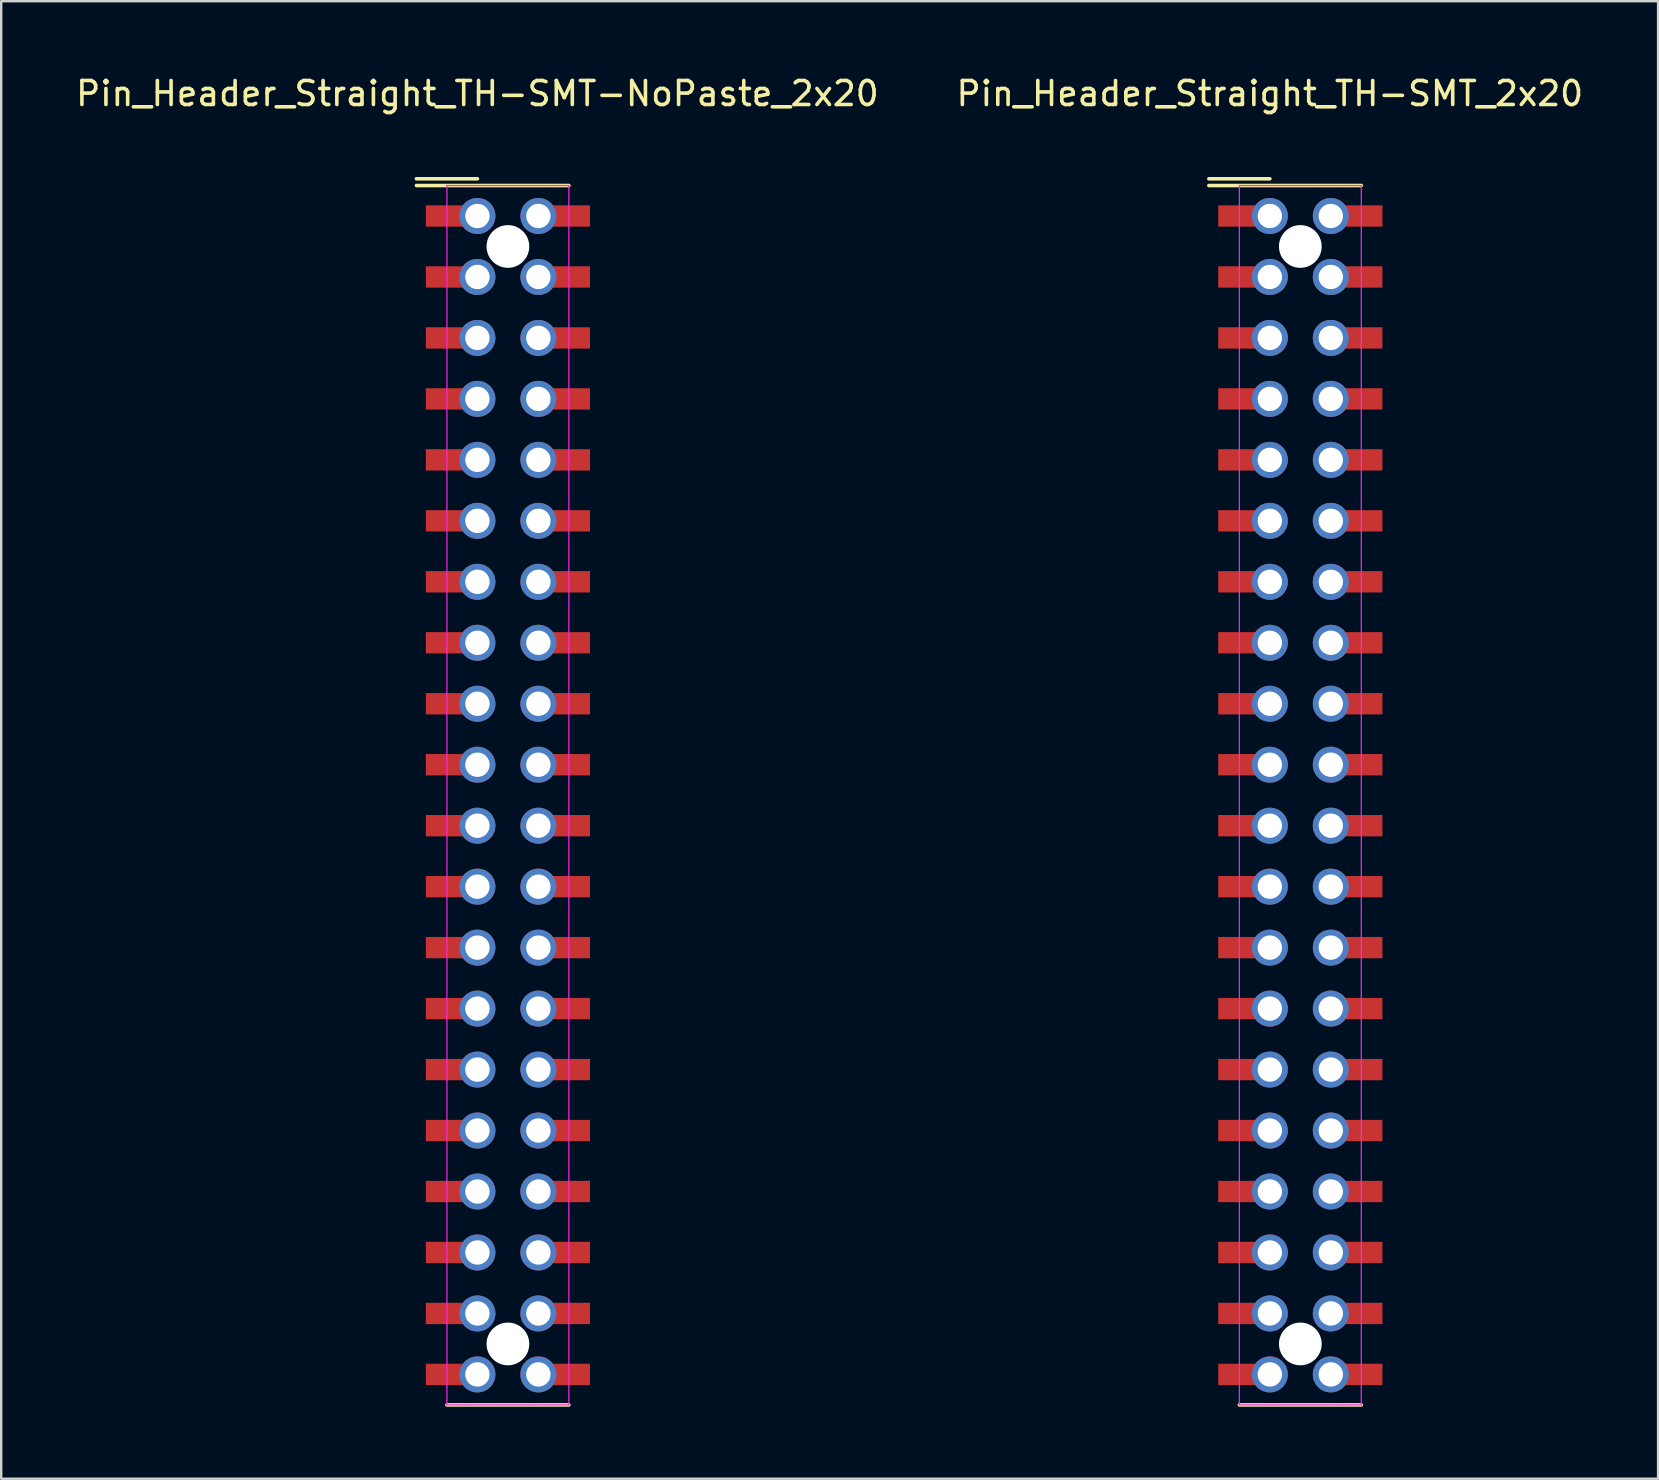
<source format=kicad_pcb>
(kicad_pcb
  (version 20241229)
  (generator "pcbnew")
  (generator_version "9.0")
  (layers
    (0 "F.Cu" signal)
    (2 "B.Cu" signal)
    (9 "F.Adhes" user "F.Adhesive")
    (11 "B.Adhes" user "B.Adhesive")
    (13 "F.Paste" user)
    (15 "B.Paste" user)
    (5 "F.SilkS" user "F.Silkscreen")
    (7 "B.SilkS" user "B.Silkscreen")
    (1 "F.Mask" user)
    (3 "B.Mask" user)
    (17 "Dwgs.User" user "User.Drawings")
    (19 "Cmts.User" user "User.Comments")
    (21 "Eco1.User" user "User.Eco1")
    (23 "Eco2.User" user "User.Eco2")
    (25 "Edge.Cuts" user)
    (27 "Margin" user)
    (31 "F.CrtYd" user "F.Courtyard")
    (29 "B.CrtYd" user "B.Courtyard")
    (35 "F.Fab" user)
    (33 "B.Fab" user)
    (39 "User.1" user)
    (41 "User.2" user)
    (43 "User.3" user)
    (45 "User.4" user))
  (footprint "Pin_Header_Straight_TH-SMT-NoPaste_2x20"
    (layer "F.Cu")
    (at 16.839 5.948)
    (property "Reference" "Pin_Header_Straight_TH-SMT-NoPaste_2x20" (at 0 -5.1 0) (layer "F.SilkS") (effects (font (size 1 1) (thickness 0.15))))
    (attr through_hole)
    (fp_line (start 0 -1.55) (end -2.54 -1.55) (stroke (width 0.15) (type solid)) (layer "F.SilkS"))
    (fp_line (start 3.81 -1.27) (end -2.54 -1.27) (stroke (width 0.15) (type solid)) (layer "F.SilkS"))
    (fp_line (start 3.81 49.53) (end -1.27 49.53) (stroke (width 0.15) (type solid)) (layer "F.SilkS"))
    (fp_line (start -1.27 -1.27) (end -1.27 49.53) (stroke (width 0.05) (type solid)) (layer "F.CrtYd"))
    (fp_line (start -1.27 -1.27) (end 3.81 -1.27) (stroke (width 0.05) (type solid)) (layer "F.CrtYd"))
    (fp_line (start -1.27 49.53) (end 3.81 49.53) (stroke (width 0.05) (type solid)) (layer "F.CrtYd"))
    (fp_line (start 3.81 -1.27) (end 3.81 49.53) (stroke (width 0.05) (type solid)) (layer "F.CrtYd"))
    (pad "" np_thru_hole circle (at 1.27 1.27) (size 1.78 1.78) (drill 1.78) (layers "*.Cu"))
    (pad "" np_thru_hole circle (at 1.27 46.99) (size 1.78 1.78) (drill 1.78) (layers "*.Cu"))
    (pad "1" smd rect (at -1.31 0) (size 1.68 0.889) (layers "F.Cu" "F.Mask"))
    (pad "1" thru_hole circle (at 0 0) (size 1.5 1.5) (drill 1.016) (layers "*.Cu" "*.Mask"))
    (pad "2" thru_hole circle (at 2.54 0) (size 1.5 1.5) (drill 1.016) (layers "*.Cu" "*.Mask"))
    (pad "2" smd rect (at 3.85 0) (size 1.68 0.889) (layers "F.Cu" "F.Mask"))
    (pad "3" smd rect (at -1.31 2.54) (size 1.68 0.889) (layers "F.Cu" "F.Mask"))
    (pad "3" thru_hole circle (at 0 2.54) (size 1.5 1.5) (drill 1.016) (layers "*.Cu" "*.Mask"))
    (pad "4" thru_hole circle (at 2.54 2.54) (size 1.5 1.5) (drill 1.016) (layers "*.Cu" "*.Mask"))
    (pad "4" smd rect (at 3.85 2.54) (size 1.68 0.889) (layers "F.Cu" "F.Mask"))
    (pad "5" smd rect (at -1.31 5.08) (size 1.68 0.889) (layers "F.Cu" "F.Mask"))
    (pad "5" thru_hole circle (at 0 5.08) (size 1.5 1.5) (drill 1.016) (layers "*.Cu" "*.Mask"))
    (pad "6" thru_hole circle (at 2.54 5.08) (size 1.5 1.5) (drill 1.016) (layers "*.Cu" "*.Mask"))
    (pad "6" smd rect (at 3.85 5.08) (size 1.68 0.889) (layers "F.Cu" "F.Mask"))
    (pad "7" smd rect (at -1.31 7.62) (size 1.68 0.889) (layers "F.Cu" "F.Mask"))
    (pad "7" thru_hole circle (at 0 7.62) (size 1.5 1.5) (drill 1.016) (layers "*.Cu" "*.Mask"))
    (pad "8" thru_hole circle (at 2.54 7.62) (size 1.5 1.5) (drill 1.016) (layers "*.Cu" "*.Mask"))
    (pad "8" smd rect (at 3.85 7.62) (size 1.68 0.889) (layers "F.Cu" "F.Mask"))
    (pad "9" smd rect (at -1.31 10.16) (size 1.68 0.889) (layers "F.Cu" "F.Mask"))
    (pad "9" thru_hole circle (at 0 10.16) (size 1.5 1.5) (drill 1.016) (layers "*.Cu" "*.Mask"))
    (pad "10" thru_hole circle (at 2.54 10.16) (size 1.5 1.5) (drill 1.016) (layers "*.Cu" "*.Mask"))
    (pad "10" smd rect (at 3.85 10.16) (size 1.68 0.889) (layers "F.Cu" "F.Mask"))
    (pad "11" smd rect (at -1.31 12.7) (size 1.68 0.889) (layers "F.Cu" "F.Mask"))
    (pad "11" thru_hole circle (at 0 12.7) (size 1.5 1.5) (drill 1.016) (layers "*.Cu" "*.Mask"))
    (pad "12" thru_hole circle (at 2.54 12.7) (size 1.5 1.5) (drill 1.016) (layers "*.Cu" "*.Mask"))
    (pad "12" smd rect (at 3.85 12.7) (size 1.68 0.889) (layers "F.Cu" "F.Mask"))
    (pad "13" smd rect (at -1.31 15.24) (size 1.68 0.889) (layers "F.Cu" "F.Mask"))
    (pad "13" thru_hole circle (at 0 15.24) (size 1.5 1.5) (drill 1.016) (layers "*.Cu" "*.Mask"))
    (pad "14" thru_hole circle (at 2.54 15.24) (size 1.5 1.5) (drill 1.016) (layers "*.Cu" "*.Mask"))
    (pad "14" smd rect (at 3.85 15.24) (size 1.68 0.889) (layers "F.Cu" "F.Mask"))
    (pad "15" smd rect (at -1.31 17.78) (size 1.68 0.889) (layers "F.Cu" "F.Mask"))
    (pad "15" thru_hole circle (at 0 17.78) (size 1.5 1.5) (drill 1.016) (layers "*.Cu" "*.Mask"))
    (pad "16" thru_hole circle (at 2.54 17.78) (size 1.5 1.5) (drill 1.016) (layers "*.Cu" "*.Mask"))
    (pad "16" smd rect (at 3.85 17.78) (size 1.68 0.889) (layers "F.Cu" "F.Mask"))
    (pad "17" smd rect (at -1.31 20.32) (size 1.68 0.889) (layers "F.Cu" "F.Mask"))
    (pad "17" thru_hole circle (at 0 20.32) (size 1.5 1.5) (drill 1.016) (layers "*.Cu" "*.Mask"))
    (pad "18" thru_hole circle (at 2.54 20.32) (size 1.5 1.5) (drill 1.016) (layers "*.Cu" "*.Mask"))
    (pad "18" smd rect (at 3.85 20.32) (size 1.68 0.889) (layers "F.Cu" "F.Mask"))
    (pad "19" smd rect (at -1.31 22.86) (size 1.68 0.889) (layers "F.Cu" "F.Mask"))
    (pad "19" thru_hole circle (at 0 22.86) (size 1.5 1.5) (drill 1.016) (layers "*.Cu" "*.Mask"))
    (pad "20" thru_hole circle (at 2.54 22.86) (size 1.5 1.5) (drill 1.016) (layers "*.Cu" "*.Mask"))
    (pad "20" smd rect (at 3.85 22.86) (size 1.68 0.889) (layers "F.Cu" "F.Mask"))
    (pad "21" smd rect (at -1.31 25.4) (size 1.68 0.889) (layers "F.Cu" "F.Mask"))
    (pad "21" thru_hole circle (at 0 25.4) (size 1.5 1.5) (drill 1.016) (layers "*.Cu" "*.Mask"))
    (pad "22" thru_hole circle (at 2.54 25.4) (size 1.5 1.5) (drill 1.016) (layers "*.Cu" "*.Mask"))
    (pad "22" smd rect (at 3.85 25.4) (size 1.68 0.889) (layers "F.Cu" "F.Mask"))
    (pad "23" smd rect (at -1.31 27.94) (size 1.68 0.889) (layers "F.Cu" "F.Mask"))
    (pad "23" thru_hole circle (at 0 27.94) (size 1.5 1.5) (drill 1.016) (layers "*.Cu" "*.Mask"))
    (pad "24" thru_hole circle (at 2.54 27.94) (size 1.5 1.5) (drill 1.016) (layers "*.Cu" "*.Mask"))
    (pad "24" smd rect (at 3.85 27.94) (size 1.68 0.889) (layers "F.Cu" "F.Mask"))
    (pad "25" smd rect (at -1.31 30.48) (size 1.68 0.889) (layers "F.Cu" "F.Mask"))
    (pad "25" thru_hole circle (at 0 30.48) (size 1.5 1.5) (drill 1.016) (layers "*.Cu" "*.Mask"))
    (pad "26" thru_hole circle (at 2.54 30.48) (size 1.5 1.5) (drill 1.016) (layers "*.Cu" "*.Mask"))
    (pad "26" smd rect (at 3.85 30.48) (size 1.68 0.889) (layers "F.Cu" "F.Mask"))
    (pad "27" smd rect (at -1.31 33.02) (size 1.68 0.889) (layers "F.Cu" "F.Mask"))
    (pad "27" thru_hole circle (at 0 33.02) (size 1.5 1.5) (drill 1.016) (layers "*.Cu" "*.Mask"))
    (pad "28" thru_hole circle (at 2.54 33.02) (size 1.5 1.5) (drill 1.016) (layers "*.Cu" "*.Mask"))
    (pad "28" smd rect (at 3.85 33.02) (size 1.68 0.889) (layers "F.Cu" "F.Mask"))
    (pad "29" smd rect (at -1.31 35.56) (size 1.68 0.889) (layers "F.Cu" "F.Mask"))
    (pad "29" thru_hole circle (at 0 35.56) (size 1.5 1.5) (drill 1.016) (layers "*.Cu" "*.Mask"))
    (pad "30" thru_hole circle (at 2.54 35.56) (size 1.5 1.5) (drill 1.016) (layers "*.Cu" "*.Mask"))
    (pad "30" smd rect (at 3.85 35.56) (size 1.68 0.889) (layers "F.Cu" "F.Mask"))
    (pad "31" smd rect (at -1.31 38.1) (size 1.68 0.889) (layers "F.Cu" "F.Mask"))
    (pad "31" thru_hole circle (at 0 38.1) (size 1.5 1.5) (drill 1.016) (layers "*.Cu" "*.Mask"))
    (pad "32" thru_hole circle (at 2.54 38.1) (size 1.5 1.5) (drill 1.016) (layers "*.Cu" "*.Mask"))
    (pad "32" smd rect (at 3.85 38.1) (size 1.68 0.889) (layers "F.Cu" "F.Mask"))
    (pad "33" smd rect (at -1.31 40.64) (size 1.68 0.889) (layers "F.Cu" "F.Mask"))
    (pad "33" thru_hole circle (at 0 40.64) (size 1.5 1.5) (drill 1.016) (layers "*.Cu" "*.Mask"))
    (pad "34" thru_hole circle (at 2.54 40.64) (size 1.5 1.5) (drill 1.016) (layers "*.Cu" "*.Mask"))
    (pad "34" smd rect (at 3.85 40.64) (size 1.68 0.889) (layers "F.Cu" "F.Mask"))
    (pad "35" smd rect (at -1.31 43.18) (size 1.68 0.889) (layers "F.Cu" "F.Mask"))
    (pad "35" thru_hole circle (at 0 43.18) (size 1.5 1.5) (drill 1.016) (layers "*.Cu" "*.Mask"))
    (pad "36" thru_hole circle (at 2.54 43.18) (size 1.5 1.5) (drill 1.016) (layers "*.Cu" "*.Mask"))
    (pad "36" smd rect (at 3.85 43.18) (size 1.68 0.889) (layers "F.Cu" "F.Mask"))
    (pad "37" smd rect (at -1.31 45.72) (size 1.68 0.889) (layers "F.Cu" "F.Mask"))
    (pad "37" thru_hole circle (at 0 45.72) (size 1.5 1.5) (drill 1.016) (layers "*.Cu" "*.Mask"))
    (pad "38" thru_hole circle (at 2.54 45.72) (size 1.5 1.5) (drill 1.016) (layers "*.Cu" "*.Mask"))
    (pad "38" smd rect (at 3.85 45.72) (size 1.68 0.889) (layers "F.Cu" "F.Mask"))
    (pad "39" smd rect (at -1.31 48.26) (size 1.68 0.889) (layers "F.Cu" "F.Mask"))
    (pad "39" thru_hole circle (at 0 48.26) (size 1.5 1.5) (drill 1.016) (layers "*.Cu" "*.Mask"))
    (pad "40" thru_hole circle (at 2.54 48.26) (size 1.5 1.5) (drill 1.016) (layers "*.Cu" "*.Mask"))
    (pad "40" smd rect (at 3.85 48.26) (size 1.68 0.889) (layers "F.Cu" "F.Mask")))
  (footprint "Pin_Header_Straight_TH-SMT_2x20"
    (layer "F.Cu")
    (at 49.851 5.948)
    (property "Reference" "Pin_Header_Straight_TH-SMT_2x20" (at 0 -5.1 0) (layer "F.SilkS") (effects (font (size 1 1) (thickness 0.15))))
    (attr smd)
    (fp_line (start 0 -1.55) (end -2.54 -1.55) (stroke (width 0.15) (type solid)) (layer "F.SilkS"))
    (fp_line (start 3.81 -1.27) (end -2.54 -1.27) (stroke (width 0.15) (type solid)) (layer "F.SilkS"))
    (fp_line (start 3.81 49.53) (end -1.27 49.53) (stroke (width 0.15) (type solid)) (layer "F.SilkS"))
    (fp_line (start -1.27 -1.27) (end -1.27 49.53) (stroke (width 0.05) (type solid)) (layer "F.CrtYd"))
    (fp_line (start -1.27 -1.27) (end 3.81 -1.27) (stroke (width 0.05) (type solid)) (layer "F.CrtYd"))
    (fp_line (start -1.27 49.53) (end 3.81 49.53) (stroke (width 0.05) (type solid)) (layer "F.CrtYd"))
    (fp_line (start 3.81 -1.27) (end 3.81 49.53) (stroke (width 0.05) (type solid)) (layer "F.CrtYd"))
    (pad "" np_thru_hole circle (at 1.27 1.27) (size 1.78 1.78) (drill 1.78) (layers "*.Cu"))
    (pad "" np_thru_hole circle (at 1.27 46.99) (size 1.78 1.78) (drill 1.78) (layers "*.Cu"))
    (pad "1" smd rect (at -1.31 0) (size 1.68 0.889) (layers "F.Cu" "F.Mask" "F.Paste"))
    (pad "1" thru_hole circle (at 0 0) (size 1.5 1.5) (drill 1.016) (layers "*.Cu" "*.Mask"))
    (pad "2" thru_hole circle (at 2.54 0) (size 1.5 1.5) (drill 1.016) (layers "*.Cu" "*.Mask"))
    (pad "2" smd rect (at 3.85 0) (size 1.68 0.889) (layers "F.Cu" "F.Mask" "F.Paste"))
    (pad "3" smd rect (at -1.31 2.54) (size 1.68 0.889) (layers "F.Cu" "F.Mask" "F.Paste"))
    (pad "3" thru_hole circle (at 0 2.54) (size 1.5 1.5) (drill 1.016) (layers "*.Cu" "*.Mask"))
    (pad "4" thru_hole circle (at 2.54 2.54) (size 1.5 1.5) (drill 1.016) (layers "*.Cu" "*.Mask"))
    (pad "4" smd rect (at 3.85 2.54) (size 1.68 0.889) (layers "F.Cu" "F.Mask" "F.Paste"))
    (pad "5" smd rect (at -1.31 5.08) (size 1.68 0.889) (layers "F.Cu" "F.Mask" "F.Paste"))
    (pad "5" thru_hole circle (at 0 5.08) (size 1.5 1.5) (drill 1.016) (layers "*.Cu" "*.Mask"))
    (pad "6" thru_hole circle (at 2.54 5.08) (size 1.5 1.5) (drill 1.016) (layers "*.Cu" "*.Mask"))
    (pad "6" smd rect (at 3.85 5.08) (size 1.68 0.889) (layers "F.Cu" "F.Mask" "F.Paste"))
    (pad "7" smd rect (at -1.31 7.62) (size 1.68 0.889) (layers "F.Cu" "F.Mask" "F.Paste"))
    (pad "7" thru_hole circle (at 0 7.62) (size 1.5 1.5) (drill 1.016) (layers "*.Cu" "*.Mask"))
    (pad "8" thru_hole circle (at 2.54 7.62) (size 1.5 1.5) (drill 1.016) (layers "*.Cu" "*.Mask"))
    (pad "8" smd rect (at 3.85 7.62) (size 1.68 0.889) (layers "F.Cu" "F.Mask" "F.Paste"))
    (pad "9" smd rect (at -1.31 10.16) (size 1.68 0.889) (layers "F.Cu" "F.Mask" "F.Paste"))
    (pad "9" thru_hole circle (at 0 10.16) (size 1.5 1.5) (drill 1.016) (layers "*.Cu" "*.Mask"))
    (pad "10" thru_hole circle (at 2.54 10.16) (size 1.5 1.5) (drill 1.016) (layers "*.Cu" "*.Mask"))
    (pad "10" smd rect (at 3.85 10.16) (size 1.68 0.889) (layers "F.Cu" "F.Mask" "F.Paste"))
    (pad "11" smd rect (at -1.31 12.7) (size 1.68 0.889) (layers "F.Cu" "F.Mask" "F.Paste"))
    (pad "11" thru_hole circle (at 0 12.7) (size 1.5 1.5) (drill 1.016) (layers "*.Cu" "*.Mask"))
    (pad "12" thru_hole circle (at 2.54 12.7) (size 1.5 1.5) (drill 1.016) (layers "*.Cu" "*.Mask"))
    (pad "12" smd rect (at 3.85 12.7) (size 1.68 0.889) (layers "F.Cu" "F.Mask" "F.Paste"))
    (pad "13" smd rect (at -1.31 15.24) (size 1.68 0.889) (layers "F.Cu" "F.Mask" "F.Paste"))
    (pad "13" thru_hole circle (at 0 15.24) (size 1.5 1.5) (drill 1.016) (layers "*.Cu" "*.Mask"))
    (pad "14" thru_hole circle (at 2.54 15.24) (size 1.5 1.5) (drill 1.016) (layers "*.Cu" "*.Mask"))
    (pad "14" smd rect (at 3.85 15.24) (size 1.68 0.889) (layers "F.Cu" "F.Mask" "F.Paste"))
    (pad "15" smd rect (at -1.31 17.78) (size 1.68 0.889) (layers "F.Cu" "F.Mask" "F.Paste"))
    (pad "15" thru_hole circle (at 0 17.78) (size 1.5 1.5) (drill 1.016) (layers "*.Cu" "*.Mask"))
    (pad "16" thru_hole circle (at 2.54 17.78) (size 1.5 1.5) (drill 1.016) (layers "*.Cu" "*.Mask"))
    (pad "16" smd rect (at 3.85 17.78) (size 1.68 0.889) (layers "F.Cu" "F.Mask" "F.Paste"))
    (pad "17" smd rect (at -1.31 20.32) (size 1.68 0.889) (layers "F.Cu" "F.Mask" "F.Paste"))
    (pad "17" thru_hole circle (at 0 20.32) (size 1.5 1.5) (drill 1.016) (layers "*.Cu" "*.Mask"))
    (pad "18" thru_hole circle (at 2.54 20.32) (size 1.5 1.5) (drill 1.016) (layers "*.Cu" "*.Mask"))
    (pad "18" smd rect (at 3.85 20.32) (size 1.68 0.889) (layers "F.Cu" "F.Mask" "F.Paste"))
    (pad "19" smd rect (at -1.31 22.86) (size 1.68 0.889) (layers "F.Cu" "F.Mask" "F.Paste"))
    (pad "19" thru_hole circle (at 0 22.86) (size 1.5 1.5) (drill 1.016) (layers "*.Cu" "*.Mask"))
    (pad "20" thru_hole circle (at 2.54 22.86) (size 1.5 1.5) (drill 1.016) (layers "*.Cu" "*.Mask"))
    (pad "20" smd rect (at 3.85 22.86) (size 1.68 0.889) (layers "F.Cu" "F.Mask" "F.Paste"))
    (pad "21" smd rect (at -1.31 25.4) (size 1.68 0.889) (layers "F.Cu" "F.Mask" "F.Paste"))
    (pad "21" thru_hole circle (at 0 25.4) (size 1.5 1.5) (drill 1.016) (layers "*.Cu" "*.Mask"))
    (pad "22" thru_hole circle (at 2.54 25.4) (size 1.5 1.5) (drill 1.016) (layers "*.Cu" "*.Mask"))
    (pad "22" smd rect (at 3.85 25.4) (size 1.68 0.889) (layers "F.Cu" "F.Mask" "F.Paste"))
    (pad "23" smd rect (at -1.31 27.94) (size 1.68 0.889) (layers "F.Cu" "F.Mask" "F.Paste"))
    (pad "23" thru_hole circle (at 0 27.94) (size 1.5 1.5) (drill 1.016) (layers "*.Cu" "*.Mask"))
    (pad "24" thru_hole circle (at 2.54 27.94) (size 1.5 1.5) (drill 1.016) (layers "*.Cu" "*.Mask"))
    (pad "24" smd rect (at 3.85 27.94) (size 1.68 0.889) (layers "F.Cu" "F.Mask" "F.Paste"))
    (pad "25" smd rect (at -1.31 30.48) (size 1.68 0.889) (layers "F.Cu" "F.Mask" "F.Paste"))
    (pad "25" thru_hole circle (at 0 30.48) (size 1.5 1.5) (drill 1.016) (layers "*.Cu" "*.Mask"))
    (pad "26" thru_hole circle (at 2.54 30.48) (size 1.5 1.5) (drill 1.016) (layers "*.Cu" "*.Mask"))
    (pad "26" smd rect (at 3.85 30.48) (size 1.68 0.889) (layers "F.Cu" "F.Mask" "F.Paste"))
    (pad "27" smd rect (at -1.31 33.02) (size 1.68 0.889) (layers "F.Cu" "F.Mask" "F.Paste"))
    (pad "27" thru_hole circle (at 0 33.02) (size 1.5 1.5) (drill 1.016) (layers "*.Cu" "*.Mask"))
    (pad "28" thru_hole circle (at 2.54 33.02) (size 1.5 1.5) (drill 1.016) (layers "*.Cu" "*.Mask"))
    (pad "28" smd rect (at 3.85 33.02) (size 1.68 0.889) (layers "F.Cu" "F.Mask" "F.Paste"))
    (pad "29" smd rect (at -1.31 35.56) (size 1.68 0.889) (layers "F.Cu" "F.Mask" "F.Paste"))
    (pad "29" thru_hole circle (at 0 35.56) (size 1.5 1.5) (drill 1.016) (layers "*.Cu" "*.Mask"))
    (pad "30" thru_hole circle (at 2.54 35.56) (size 1.5 1.5) (drill 1.016) (layers "*.Cu" "*.Mask"))
    (pad "30" smd rect (at 3.85 35.56) (size 1.68 0.889) (layers "F.Cu" "F.Mask" "F.Paste"))
    (pad "31" smd rect (at -1.31 38.1) (size 1.68 0.889) (layers "F.Cu" "F.Mask" "F.Paste"))
    (pad "31" thru_hole circle (at 0 38.1) (size 1.5 1.5) (drill 1.016) (layers "*.Cu" "*.Mask"))
    (pad "32" thru_hole circle (at 2.54 38.1) (size 1.5 1.5) (drill 1.016) (layers "*.Cu" "*.Mask"))
    (pad "32" smd rect (at 3.85 38.1) (size 1.68 0.889) (layers "F.Cu" "F.Mask" "F.Paste"))
    (pad "33" smd rect (at -1.31 40.64) (size 1.68 0.889) (layers "F.Cu" "F.Mask" "F.Paste"))
    (pad "33" thru_hole circle (at 0 40.64) (size 1.5 1.5) (drill 1.016) (layers "*.Cu" "*.Mask"))
    (pad "34" thru_hole circle (at 2.54 40.64) (size 1.5 1.5) (drill 1.016) (layers "*.Cu" "*.Mask"))
    (pad "34" smd rect (at 3.85 40.64) (size 1.68 0.889) (layers "F.Cu" "F.Mask" "F.Paste"))
    (pad "35" smd rect (at -1.31 43.18) (size 1.68 0.889) (layers "F.Cu" "F.Mask" "F.Paste"))
    (pad "35" thru_hole circle (at 0 43.18) (size 1.5 1.5) (drill 1.016) (layers "*.Cu" "*.Mask"))
    (pad "36" thru_hole circle (at 2.54 43.18) (size 1.5 1.5) (drill 1.016) (layers "*.Cu" "*.Mask"))
    (pad "36" smd rect (at 3.85 43.18) (size 1.68 0.889) (layers "F.Cu" "F.Mask" "F.Paste"))
    (pad "37" smd rect (at -1.31 45.72) (size 1.68 0.889) (layers "F.Cu" "F.Mask" "F.Paste"))
    (pad "37" thru_hole circle (at 0 45.72) (size 1.5 1.5) (drill 1.016) (layers "*.Cu" "*.Mask"))
    (pad "38" thru_hole circle (at 2.54 45.72) (size 1.5 1.5) (drill 1.016) (layers "*.Cu" "*.Mask"))
    (pad "38" smd rect (at 3.85 45.72) (size 1.68 0.889) (layers "F.Cu" "F.Mask" "F.Paste"))
    (pad "39" smd rect (at -1.31 48.26) (size 1.68 0.889) (layers "F.Cu" "F.Mask" "F.Paste"))
    (pad "39" thru_hole circle (at 0 48.26) (size 1.5 1.5) (drill 1.016) (layers "*.Cu" "*.Mask"))
    (pad "40" thru_hole circle (at 2.54 48.26) (size 1.5 1.5) (drill 1.016) (layers "*.Cu" "*.Mask"))
    (pad "40" smd rect (at 3.85 48.26) (size 1.68 0.889) (layers "F.Cu" "F.Mask" "F.Paste")))
  (gr_rect
    (start -3 -3)
    (end 66.024 58.553)
    (stroke (width 0.1) (type default))
    (fill no)
    (layer "Edge.Cuts")))
</source>
